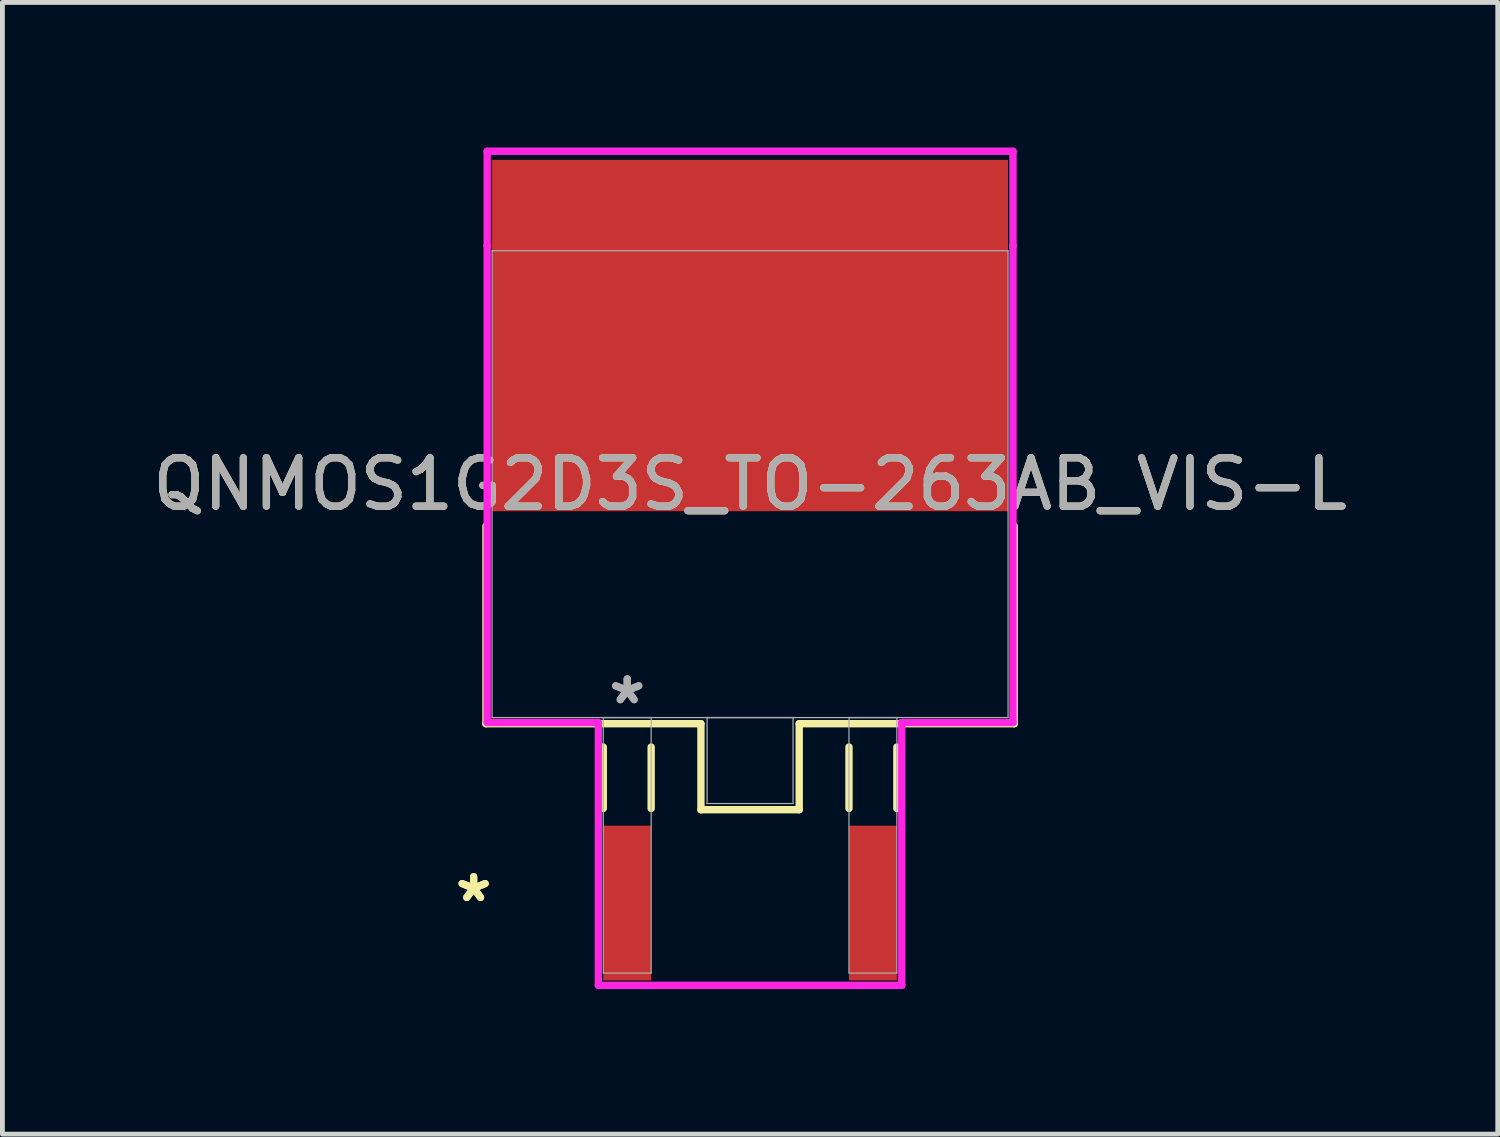
<source format=kicad_pcb>
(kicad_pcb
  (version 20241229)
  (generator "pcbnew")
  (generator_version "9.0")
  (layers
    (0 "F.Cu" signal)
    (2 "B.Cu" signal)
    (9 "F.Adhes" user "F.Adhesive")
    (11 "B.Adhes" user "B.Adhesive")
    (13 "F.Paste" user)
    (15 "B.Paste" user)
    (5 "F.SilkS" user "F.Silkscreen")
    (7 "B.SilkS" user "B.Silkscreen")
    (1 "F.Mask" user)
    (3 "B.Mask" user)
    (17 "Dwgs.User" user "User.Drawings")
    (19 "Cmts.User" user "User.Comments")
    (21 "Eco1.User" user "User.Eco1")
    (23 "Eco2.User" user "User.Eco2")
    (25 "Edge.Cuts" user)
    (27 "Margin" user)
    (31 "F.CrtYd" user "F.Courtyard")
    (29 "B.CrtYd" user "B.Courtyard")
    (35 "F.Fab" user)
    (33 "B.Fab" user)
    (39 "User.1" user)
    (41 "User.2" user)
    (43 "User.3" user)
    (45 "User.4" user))
  (footprint "QNMOS1G2D3S_TO-263AB_VIS-L"
    (layer "F.Cu")
    (at 12.458 6.96)
    (property "Reference" "QNMOS1G2D3S_TO-263AB_VIS-L" (at 0 0 0) (unlocked yes) (layer "F.SilkS") (effects (font (size 1 1) (thickness 0.15))))
    (attr smd)
    (fp_line (start -5.461 0.866) (end -5.461 4.953) (stroke (width 0.152) (type solid)) (layer "F.SilkS"))
    (fp_line (start -5.461 4.953) (end -1.016 4.953) (stroke (width 0.152) (type solid)) (layer "F.SilkS"))
    (fp_line (start -3.035 5.436) (end -3.035 6.706) (stroke (width 0.152) (type solid)) (layer "F.SilkS"))
    (fp_line (start -2.045 5.436) (end -2.045 6.706) (stroke (width 0.152) (type solid)) (layer "F.SilkS"))
    (fp_line (start -1.016 4.953) (end -1.016 6.731) (stroke (width 0.152) (type solid)) (layer "F.SilkS"))
    (fp_line (start -1.016 6.731) (end 1.016 6.731) (stroke (width 0.152) (type solid)) (layer "F.SilkS"))
    (fp_line (start 1.016 4.953) (end 5.461 4.953) (stroke (width 0.152) (type solid)) (layer "F.SilkS"))
    (fp_line (start 1.016 6.731) (end 1.016 4.953) (stroke (width 0.152) (type solid)) (layer "F.SilkS"))
    (fp_line (start 2.045 5.436) (end 2.045 6.706) (stroke (width 0.152) (type solid)) (layer "F.SilkS"))
    (fp_line (start 3.035 5.436) (end 3.035 6.706) (stroke (width 0.152) (type solid)) (layer "F.SilkS"))
    (fp_line (start 5.461 4.953) (end 5.461 0.866) (stroke (width 0.152) (type solid)) (layer "F.SilkS"))
    (fp_line (start -5.436 -6.883) (end 5.436 -6.883) (stroke (width 0.152) (type solid)) (layer "F.CrtYd"))
    (fp_line (start -5.436 -4.928) (end -5.436 -6.883) (stroke (width 0.152) (type solid)) (layer "F.CrtYd"))
    (fp_line (start -5.436 -4.928) (end -5.436 -4.928) (stroke (width 0.152) (type solid)) (layer "F.CrtYd"))
    (fp_line (start -5.436 4.928) (end -5.436 -4.928) (stroke (width 0.152) (type solid)) (layer "F.CrtYd"))
    (fp_line (start -3.137 4.928) (end -5.436 4.928) (stroke (width 0.152) (type solid)) (layer "F.CrtYd"))
    (fp_line (start -3.137 10.363) (end -3.137 4.928) (stroke (width 0.152) (type solid)) (layer "F.CrtYd"))
    (fp_line (start 3.137 4.928) (end 3.137 10.363) (stroke (width 0.152) (type solid)) (layer "F.CrtYd"))
    (fp_line (start 3.137 10.363) (end -3.137 10.363) (stroke (width 0.152) (type solid)) (layer "F.CrtYd"))
    (fp_line (start 5.436 -6.883) (end 5.436 -4.928) (stroke (width 0.152) (type solid)) (layer "F.CrtYd"))
    (fp_line (start 5.436 -4.928) (end 5.436 -4.928) (stroke (width 0.152) (type solid)) (layer "F.CrtYd"))
    (fp_line (start 5.436 -4.928) (end 5.436 4.928) (stroke (width 0.152) (type solid)) (layer "F.CrtYd"))
    (fp_line (start 5.436 4.928) (end 3.137 4.928) (stroke (width 0.152) (type solid)) (layer "F.CrtYd"))
    (fp_line (start -5.334 -4.826) (end -5.334 4.826) (stroke (width 0.025) (type solid)) (layer "F.Fab"))
    (fp_line (start -5.334 4.826) (end 5.334 4.826) (stroke (width 0.025) (type solid)) (layer "F.Fab"))
    (fp_line (start -3.035 4.826) (end -3.035 10.109) (stroke (width 0.025) (type solid)) (layer "F.Fab"))
    (fp_line (start -3.035 10.109) (end -2.045 10.109) (stroke (width 0.025) (type solid)) (layer "F.Fab"))
    (fp_line (start -2.045 4.826) (end -3.035 4.826) (stroke (width 0.025) (type solid)) (layer "F.Fab"))
    (fp_line (start -2.045 10.109) (end -2.045 4.826) (stroke (width 0.025) (type solid)) (layer "F.Fab"))
    (fp_line (start -0.889 4.826) (end -0.889 6.604) (stroke (width 0.025) (type solid)) (layer "F.Fab"))
    (fp_line (start -0.889 6.604) (end 0.889 6.604) (stroke (width 0.025) (type solid)) (layer "F.Fab"))
    (fp_line (start 0.889 4.826) (end -0.889 4.826) (stroke (width 0.025) (type solid)) (layer "F.Fab"))
    (fp_line (start 0.889 6.604) (end 0.889 4.826) (stroke (width 0.025) (type solid)) (layer "F.Fab"))
    (fp_line (start 2.045 4.826) (end 2.045 10.109) (stroke (width 0.025) (type solid)) (layer "F.Fab"))
    (fp_line (start 2.045 10.109) (end 3.035 10.109) (stroke (width 0.025) (type solid)) (layer "F.Fab"))
    (fp_line (start 3.035 4.826) (end 2.045 4.826) (stroke (width 0.025) (type solid)) (layer "F.Fab"))
    (fp_line (start 3.035 10.109) (end 3.035 4.826) (stroke (width 0.025) (type solid)) (layer "F.Fab"))
    (fp_line (start 5.334 -4.826) (end -5.334 -4.826) (stroke (width 0.025) (type solid)) (layer "F.Fab"))
    (fp_line (start 5.334 4.826) (end 5.334 -4.826) (stroke (width 0.025) (type solid)) (layer "F.Fab"))
    (fp_text user "*" (at -5.715 8.661 0) (unlocked yes) (layer "F.SilkS") (effects (font (size 1 1) (thickness 0.15))))
    (fp_text user "*" (at -5.715 8.661 0) (layer "F.SilkS") (effects (font (size 1 1) (thickness 0.15))))
    (fp_text user "${REFERENCE}" (at 0 0 0) (unlocked yes) (layer "F.Fab") (effects (font (size 1 1) (thickness 0.15))))
    (fp_text user "*" (at -2.54 4.572 0) (layer "F.Fab") (effects (font (size 1 1) (thickness 0.15))))
    (fp_text user "*" (at -2.54 4.572 0) (unlocked yes) (layer "F.Fab") (effects (font (size 1 1) (thickness 0.15))))
    (pad "1" smd rect (at -2.54 8.661) (size 0.991 3.2) (layers "F.Cu" "F.Mask" "F.Paste"))
    (pad "2" smd rect (at 0 -3.073) (size 10.668 7.264) (layers "F.Cu" "F.Mask" "F.Paste"))
    (pad "3" smd rect (at 2.54 8.661) (size 0.991 3.2) (layers "F.Cu" "F.Mask" "F.Paste")))
  (gr_rect
    (start -3 -3)
    (end 27.917 20.399)
    (stroke (width 0.1) (type default))
    (fill no)
    (layer "Edge.Cuts")))
</source>
